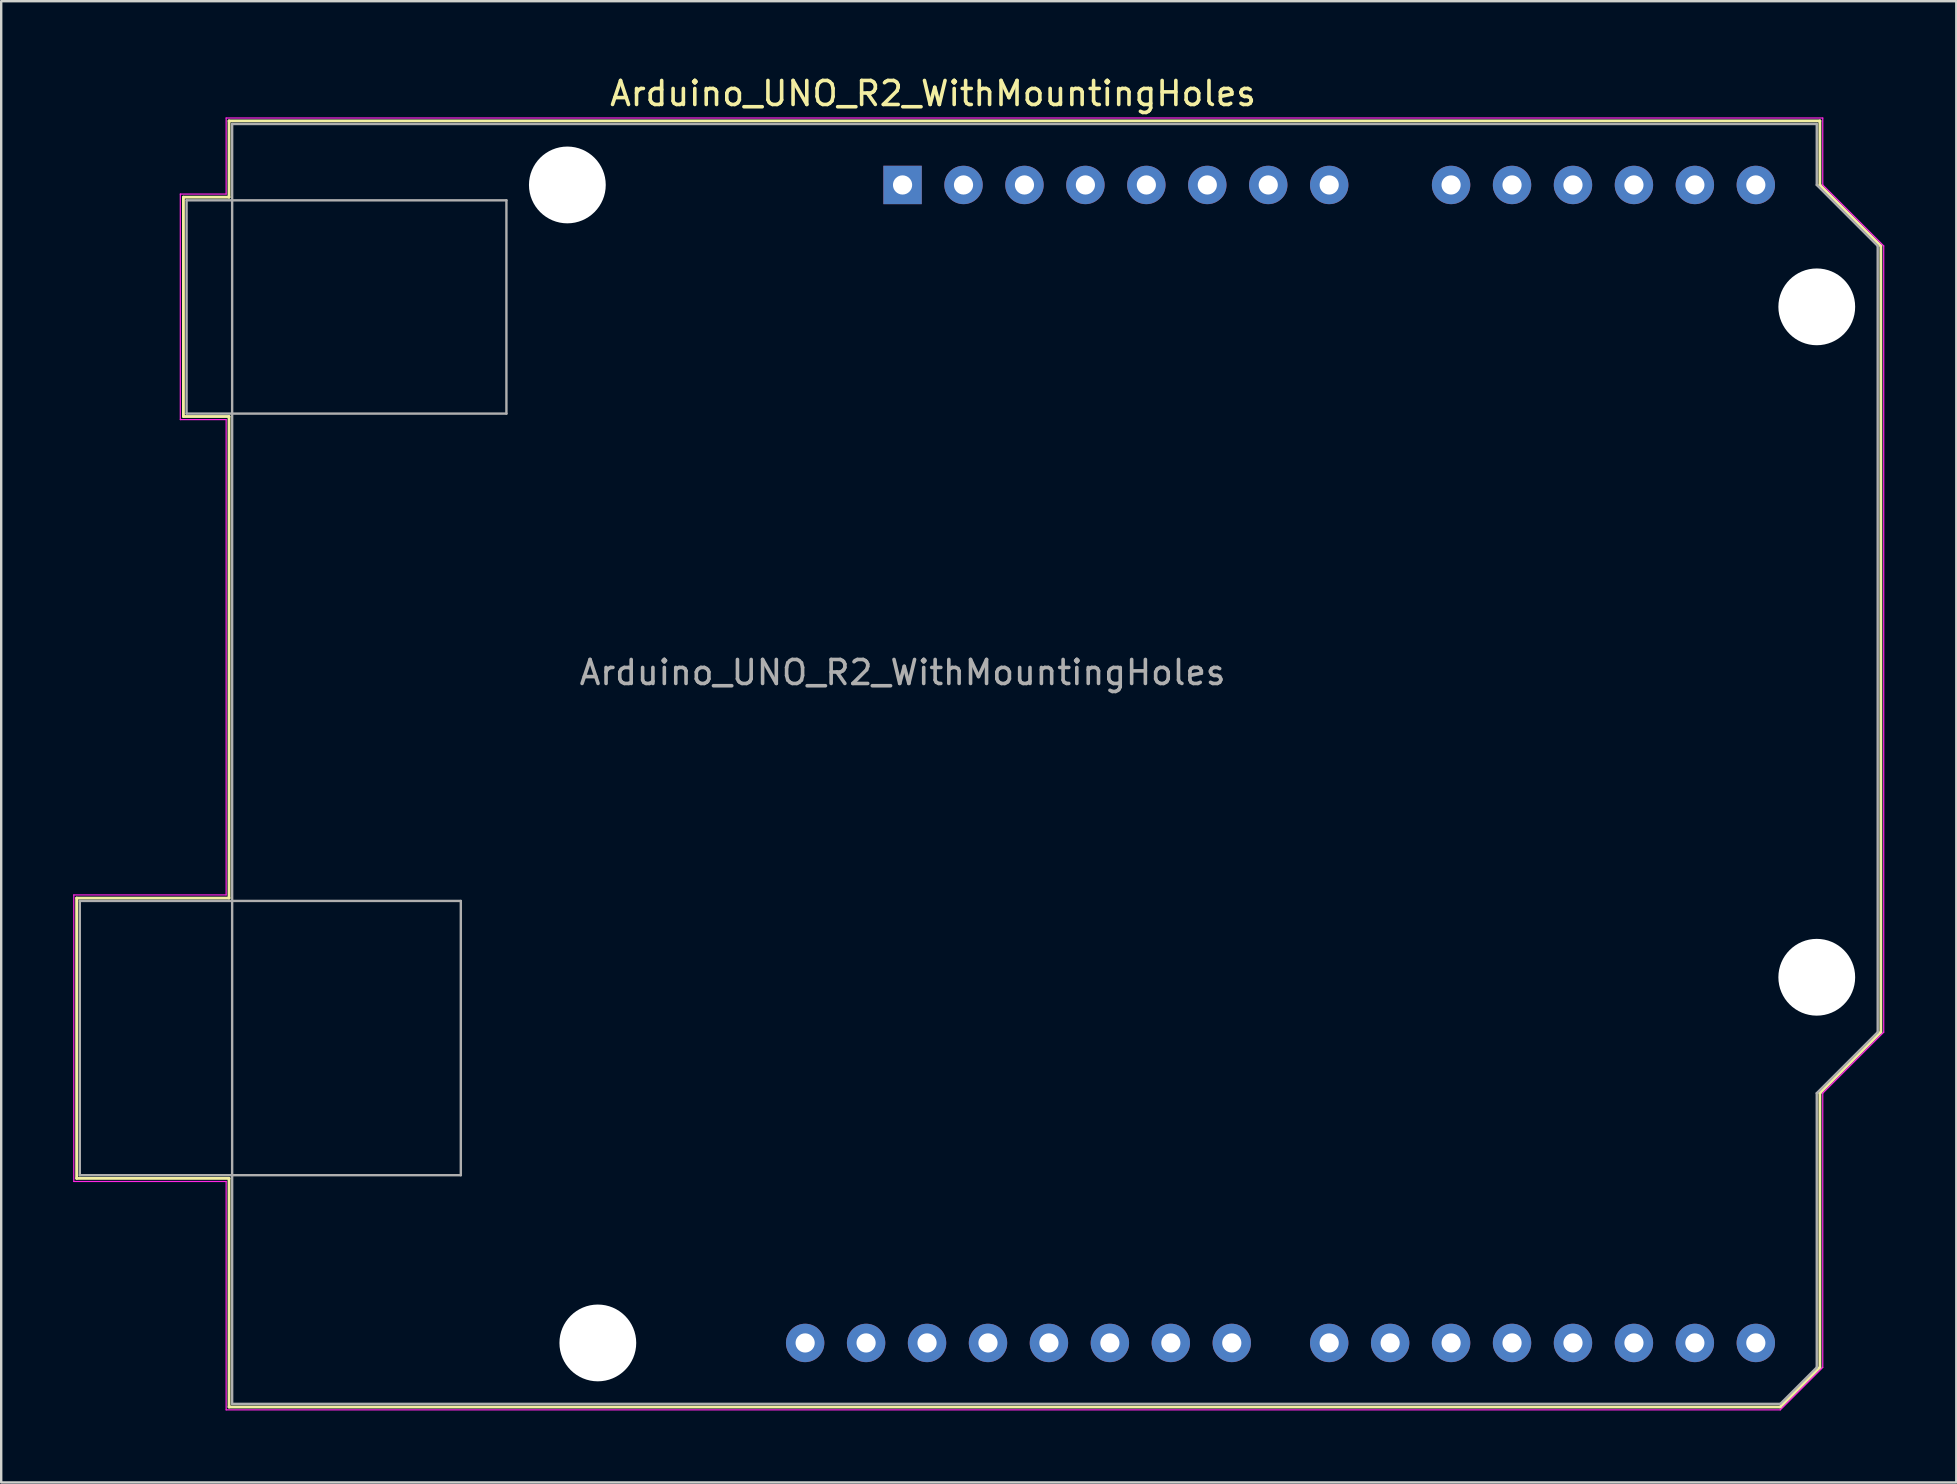
<source format=kicad_pcb>
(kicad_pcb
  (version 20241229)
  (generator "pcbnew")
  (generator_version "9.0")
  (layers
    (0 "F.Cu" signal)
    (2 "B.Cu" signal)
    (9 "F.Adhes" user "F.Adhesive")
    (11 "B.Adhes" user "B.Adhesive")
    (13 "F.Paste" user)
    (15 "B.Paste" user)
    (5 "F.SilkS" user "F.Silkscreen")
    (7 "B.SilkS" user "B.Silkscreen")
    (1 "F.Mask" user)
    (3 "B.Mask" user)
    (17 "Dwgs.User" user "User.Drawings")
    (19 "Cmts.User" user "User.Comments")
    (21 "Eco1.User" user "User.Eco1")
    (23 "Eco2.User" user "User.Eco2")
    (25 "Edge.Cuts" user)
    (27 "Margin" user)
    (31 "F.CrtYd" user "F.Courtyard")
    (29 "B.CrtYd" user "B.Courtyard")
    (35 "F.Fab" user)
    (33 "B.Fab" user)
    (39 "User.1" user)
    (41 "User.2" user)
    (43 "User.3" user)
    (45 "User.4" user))
  (footprint "Arduino_UNO_R2_WithMountingHoles"
    (layer "F.Cu")
    (at 34.565 4.658)
    (property "Reference" "Arduino_UNO_R2_WithMountingHoles" (at 1.27 -3.81 180) (layer "F.SilkS") (effects (font (size 1 1) (thickness 0.15))))
    (attr through_hole)
    (fp_line (start -34.42 29.72) (end -34.42 41.4) (stroke (width 0.12) (type solid)) (layer "F.SilkS"))
    (fp_line (start -34.42 41.4) (end -28.07 41.4) (stroke (width 0.12) (type solid)) (layer "F.SilkS"))
    (fp_line (start -29.97 0.51) (end -29.97 9.65) (stroke (width 0.12) (type solid)) (layer "F.SilkS"))
    (fp_line (start -29.97 9.65) (end -28.07 9.65) (stroke (width 0.12) (type solid)) (layer "F.SilkS"))
    (fp_line (start -28.07 -2.67) (end -28.07 0.51) (stroke (width 0.12) (type solid)) (layer "F.SilkS"))
    (fp_line (start -28.07 0.51) (end -29.97 0.51) (stroke (width 0.12) (type solid)) (layer "F.SilkS"))
    (fp_line (start -28.07 9.65) (end -28.07 29.72) (stroke (width 0.12) (type solid)) (layer "F.SilkS"))
    (fp_line (start -28.07 29.72) (end -34.42 29.72) (stroke (width 0.12) (type solid)) (layer "F.SilkS"))
    (fp_line (start -28.07 41.4) (end -28.07 50.93) (stroke (width 0.12) (type solid)) (layer "F.SilkS"))
    (fp_line (start -28.07 50.93) (end 36.58 50.93) (stroke (width 0.12) (type solid)) (layer "F.SilkS"))
    (fp_line (start 36.58 50.93) (end 38.23 49.28) (stroke (width 0.12) (type solid)) (layer "F.SilkS"))
    (fp_line (start 38.23 -2.67) (end -28.07 -2.67) (stroke (width 0.12) (type solid)) (layer "F.SilkS"))
    (fp_line (start 38.23 0) (end 38.23 -2.67) (stroke (width 0.12) (type solid)) (layer "F.SilkS"))
    (fp_line (start 38.23 37.85) (end 40.77 35.31) (stroke (width 0.12) (type solid)) (layer "F.SilkS"))
    (fp_line (start 38.23 49.28) (end 38.23 37.85) (stroke (width 0.12) (type solid)) (layer "F.SilkS"))
    (fp_line (start 40.77 2.54) (end 38.23 0) (stroke (width 0.12) (type solid)) (layer "F.SilkS"))
    (fp_line (start 40.77 35.31) (end 40.77 2.54) (stroke (width 0.12) (type solid)) (layer "F.SilkS"))
    (fp_line (start -34.54 29.59) (end -28.19 29.59) (stroke (width 0.05) (type solid)) (layer "F.CrtYd"))
    (fp_line (start -34.54 41.53) (end -34.54 29.59) (stroke (width 0.05) (type solid)) (layer "F.CrtYd"))
    (fp_line (start -30.1 0.38) (end -28.19 0.38) (stroke (width 0.05) (type solid)) (layer "F.CrtYd"))
    (fp_line (start -30.1 9.78) (end -30.1 0.38) (stroke (width 0.05) (type solid)) (layer "F.CrtYd"))
    (fp_line (start -28.19 -2.79) (end 38.35 -2.79) (stroke (width 0.05) (type solid)) (layer "F.CrtYd"))
    (fp_line (start -28.19 0.38) (end -28.19 -2.79) (stroke (width 0.05) (type solid)) (layer "F.CrtYd"))
    (fp_line (start -28.19 9.78) (end -30.1 9.78) (stroke (width 0.05) (type solid)) (layer "F.CrtYd"))
    (fp_line (start -28.19 29.59) (end -28.19 9.78) (stroke (width 0.05) (type solid)) (layer "F.CrtYd"))
    (fp_line (start -28.19 41.53) (end -34.54 41.53) (stroke (width 0.05) (type solid)) (layer "F.CrtYd"))
    (fp_line (start -28.19 51.05) (end -28.19 41.53) (stroke (width 0.05) (type solid)) (layer "F.CrtYd"))
    (fp_line (start 36.58 51.05) (end -28.19 51.05) (stroke (width 0.05) (type solid)) (layer "F.CrtYd"))
    (fp_line (start 38.35 -2.79) (end 38.35 0) (stroke (width 0.05) (type solid)) (layer "F.CrtYd"))
    (fp_line (start 38.35 0) (end 40.89 2.54) (stroke (width 0.05) (type solid)) (layer "F.CrtYd"))
    (fp_line (start 38.35 37.85) (end 38.35 49.28) (stroke (width 0.05) (type solid)) (layer "F.CrtYd"))
    (fp_line (start 38.35 49.28) (end 36.58 51.05) (stroke (width 0.05) (type solid)) (layer "F.CrtYd"))
    (fp_line (start 40.89 2.54) (end 40.89 35.31) (stroke (width 0.05) (type solid)) (layer "F.CrtYd"))
    (fp_line (start 40.89 35.31) (end 38.35 37.85) (stroke (width 0.05) (type solid)) (layer "F.CrtYd"))
    (fp_line (start -34.29 29.84) (end -18.41 29.84) (stroke (width 0.1) (type solid)) (layer "F.Fab"))
    (fp_line (start -34.29 41.27) (end -34.29 29.84) (stroke (width 0.1) (type solid)) (layer "F.Fab"))
    (fp_line (start -29.84 0.64) (end -16.51 0.64) (stroke (width 0.1) (type solid)) (layer "F.Fab"))
    (fp_line (start -29.84 9.53) (end -29.84 0.64) (stroke (width 0.1) (type solid)) (layer "F.Fab"))
    (fp_line (start -27.94 -2.54) (end 38.1 -2.54) (stroke (width 0.1) (type solid)) (layer "F.Fab"))
    (fp_line (start -27.94 50.8) (end -27.94 -2.54) (stroke (width 0.1) (type solid)) (layer "F.Fab"))
    (fp_line (start -18.41 29.84) (end -18.41 41.27) (stroke (width 0.1) (type solid)) (layer "F.Fab"))
    (fp_line (start -18.41 41.27) (end -34.29 41.27) (stroke (width 0.1) (type solid)) (layer "F.Fab"))
    (fp_line (start -16.51 0.64) (end -16.51 9.53) (stroke (width 0.1) (type solid)) (layer "F.Fab"))
    (fp_line (start -16.51 9.53) (end -29.84 9.53) (stroke (width 0.1) (type solid)) (layer "F.Fab"))
    (fp_line (start 36.58 50.8) (end -27.94 50.8) (stroke (width 0.1) (type solid)) (layer "F.Fab"))
    (fp_line (start 38.1 -2.54) (end 38.1 0) (stroke (width 0.1) (type solid)) (layer "F.Fab"))
    (fp_line (start 38.1 0) (end 40.64 2.54) (stroke (width 0.1) (type solid)) (layer "F.Fab"))
    (fp_line (start 38.1 37.85) (end 38.1 49.28) (stroke (width 0.1) (type solid)) (layer "F.Fab"))
    (fp_line (start 38.1 49.28) (end 36.58 50.8) (stroke (width 0.1) (type solid)) (layer "F.Fab"))
    (fp_line (start 40.64 2.54) (end 40.64 35.31) (stroke (width 0.1) (type solid)) (layer "F.Fab"))
    (fp_line (start 40.64 35.31) (end 38.1 37.85) (stroke (width 0.1) (type solid)) (layer "F.Fab"))
    (fp_text user "${REFERENCE}" (at 0 20.32 180) (layer "F.Fab") (effects (font (size 1 1) (thickness 0.15))))
    (pad "" np_thru_hole circle (at -13.97 0 90) (size 3.2 3.2) (drill 3.2) (layers "*.Cu" "*.Mask"))
    (pad "" np_thru_hole circle (at -12.7 48.26 90) (size 3.2 3.2) (drill 3.2) (layers "*.Cu" "*.Mask"))
    (pad "" np_thru_hole circle (at 38.1 5.08 90) (size 3.2 3.2) (drill 3.2) (layers "*.Cu" "*.Mask"))
    (pad "" np_thru_hole circle (at 38.1 33.02 90) (size 3.2 3.2) (drill 3.2) (layers "*.Cu" "*.Mask"))
    (pad "1" thru_hole rect (at 0 0 90) (size 1.6 1.6) (drill 0.8) (layers "*.Cu" "*.Mask"))
    (pad "2" thru_hole oval (at 2.54 0 90) (size 1.6 1.6) (drill 0.8) (layers "*.Cu" "*.Mask"))
    (pad "3" thru_hole oval (at 5.08 0 90) (size 1.6 1.6) (drill 0.8) (layers "*.Cu" "*.Mask"))
    (pad "4" thru_hole oval (at 7.62 0 90) (size 1.6 1.6) (drill 0.8) (layers "*.Cu" "*.Mask"))
    (pad "5" thru_hole oval (at 10.16 0 90) (size 1.6 1.6) (drill 0.8) (layers "*.Cu" "*.Mask"))
    (pad "6" thru_hole oval (at 12.7 0 90) (size 1.6 1.6) (drill 0.8) (layers "*.Cu" "*.Mask"))
    (pad "7" thru_hole oval (at 15.24 0 90) (size 1.6 1.6) (drill 0.8) (layers "*.Cu" "*.Mask"))
    (pad "8" thru_hole oval (at 17.78 0 90) (size 1.6 1.6) (drill 0.8) (layers "*.Cu" "*.Mask"))
    (pad "9" thru_hole oval (at 22.86 0 90) (size 1.6 1.6) (drill 0.8) (layers "*.Cu" "*.Mask"))
    (pad "10" thru_hole oval (at 25.4 0 90) (size 1.6 1.6) (drill 0.8) (layers "*.Cu" "*.Mask"))
    (pad "11" thru_hole oval (at 27.94 0 90) (size 1.6 1.6) (drill 0.8) (layers "*.Cu" "*.Mask"))
    (pad "12" thru_hole oval (at 30.48 0 90) (size 1.6 1.6) (drill 0.8) (layers "*.Cu" "*.Mask"))
    (pad "13" thru_hole oval (at 33.02 0 90) (size 1.6 1.6) (drill 0.8) (layers "*.Cu" "*.Mask"))
    (pad "14" thru_hole oval (at 35.56 0 90) (size 1.6 1.6) (drill 0.8) (layers "*.Cu" "*.Mask"))
    (pad "15" thru_hole oval (at 35.56 48.26 90) (size 1.6 1.6) (drill 0.8) (layers "*.Cu" "*.Mask"))
    (pad "16" thru_hole oval (at 33.02 48.26 90) (size 1.6 1.6) (drill 0.8) (layers "*.Cu" "*.Mask"))
    (pad "17" thru_hole oval (at 30.48 48.26 90) (size 1.6 1.6) (drill 0.8) (layers "*.Cu" "*.Mask"))
    (pad "18" thru_hole oval (at 27.94 48.26 90) (size 1.6 1.6) (drill 0.8) (layers "*.Cu" "*.Mask"))
    (pad "19" thru_hole oval (at 25.4 48.26 90) (size 1.6 1.6) (drill 0.8) (layers "*.Cu" "*.Mask"))
    (pad "20" thru_hole oval (at 22.86 48.26 90) (size 1.6 1.6) (drill 0.8) (layers "*.Cu" "*.Mask"))
    (pad "21" thru_hole oval (at 20.32 48.26 90) (size 1.6 1.6) (drill 0.8) (layers "*.Cu" "*.Mask"))
    (pad "22" thru_hole oval (at 17.78 48.26 90) (size 1.6 1.6) (drill 0.8) (layers "*.Cu" "*.Mask"))
    (pad "23" thru_hole oval (at 13.72 48.26 90) (size 1.6 1.6) (drill 0.8) (layers "*.Cu" "*.Mask"))
    (pad "24" thru_hole oval (at 11.18 48.26 90) (size 1.6 1.6) (drill 0.8) (layers "*.Cu" "*.Mask"))
    (pad "25" thru_hole oval (at 8.64 48.26 90) (size 1.6 1.6) (drill 0.8) (layers "*.Cu" "*.Mask"))
    (pad "26" thru_hole oval (at 6.1 48.26 90) (size 1.6 1.6) (drill 0.8) (layers "*.Cu" "*.Mask"))
    (pad "27" thru_hole oval (at 3.56 48.26 90) (size 1.6 1.6) (drill 0.8) (layers "*.Cu" "*.Mask"))
    (pad "28" thru_hole oval (at 1.02 48.26 90) (size 1.6 1.6) (drill 0.8) (layers "*.Cu" "*.Mask"))
    (pad "29" thru_hole oval (at -1.52 48.26 90) (size 1.6 1.6) (drill 0.8) (layers "*.Cu" "*.Mask"))
    (pad "30" thru_hole oval (at -4.06 48.26 90) (size 1.6 1.6) (drill 0.8) (layers "*.Cu" "*.Mask")))
  (gr_rect
    (start -3 -3)
    (end 78.48 58.733)
    (stroke (width 0.1) (type default))
    (fill no)
    (layer "Edge.Cuts")))
</source>
